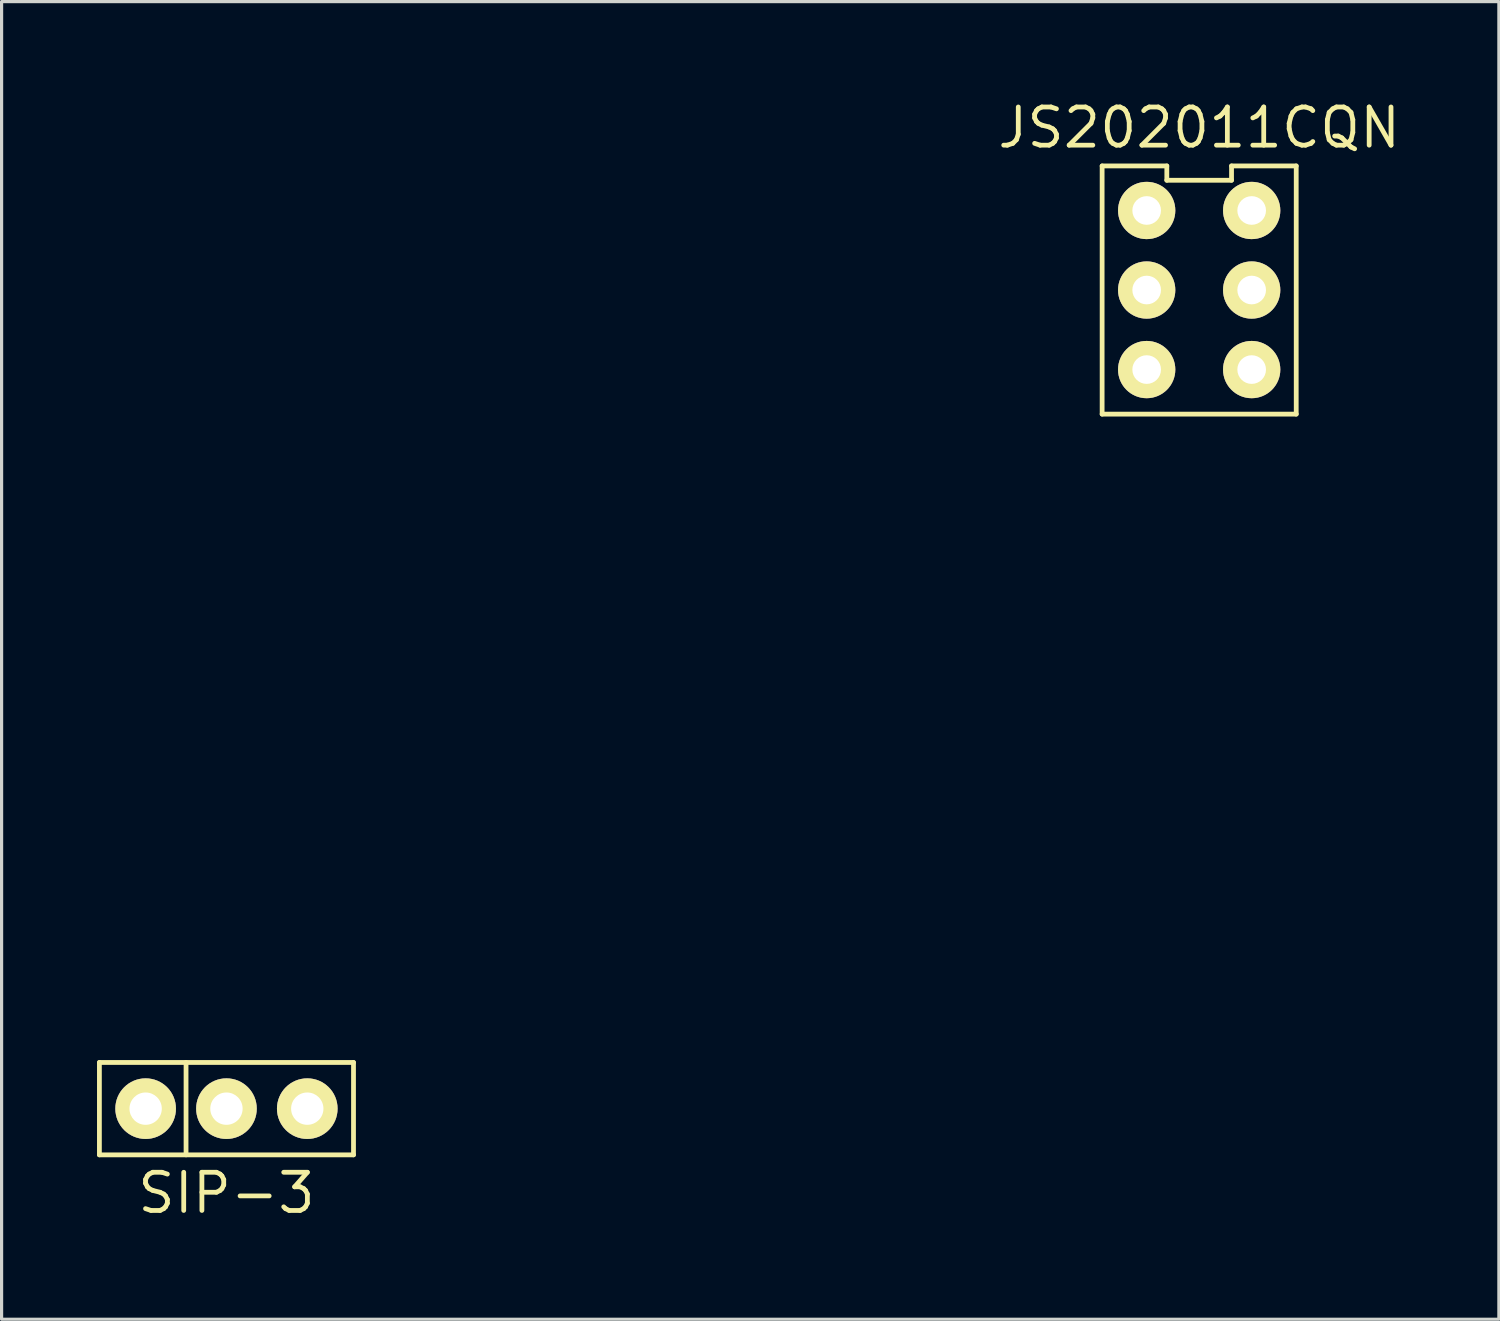
<source format=kicad_pcb>
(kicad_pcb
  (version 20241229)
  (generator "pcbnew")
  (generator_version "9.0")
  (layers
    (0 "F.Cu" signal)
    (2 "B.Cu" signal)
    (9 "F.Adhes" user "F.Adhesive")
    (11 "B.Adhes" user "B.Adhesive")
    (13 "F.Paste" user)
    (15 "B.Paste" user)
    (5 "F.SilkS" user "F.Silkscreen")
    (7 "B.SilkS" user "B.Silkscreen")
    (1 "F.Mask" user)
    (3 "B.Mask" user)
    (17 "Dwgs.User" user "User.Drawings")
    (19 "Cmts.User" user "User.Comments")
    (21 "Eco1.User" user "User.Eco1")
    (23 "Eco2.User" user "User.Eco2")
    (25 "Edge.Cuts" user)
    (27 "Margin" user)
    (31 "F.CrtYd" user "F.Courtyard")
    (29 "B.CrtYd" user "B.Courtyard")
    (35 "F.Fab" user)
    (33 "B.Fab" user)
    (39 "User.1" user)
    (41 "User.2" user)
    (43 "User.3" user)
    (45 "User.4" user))
  (footprint "JS202011CQN"
    (layer "F.Cu")
    (at 34.638 6.065)
    (property "Reference" "JS202011CQN" (at 0 -5.1 0) (layer "F.SilkS") (effects (font (size 1.2 1.2) (thickness 0.15))))
    (attr through_hole)
    (fp_line (start -3.05 3.9) (end 3.05 3.9) (stroke (width 0.15) (type solid)) (layer "F.SilkS"))
    (fp_line (start -3.05 -3.9) (end -3.05 3.9) (stroke (width 0.15) (type solid)) (layer "F.SilkS"))
    (fp_line (start -1.017 -3.9) (end -3.05 -3.9) (stroke (width 0.15) (type solid)) (layer "F.SilkS"))
    (fp_line (start -1.017 -3.45) (end -1.017 -3.9) (stroke (width 0.15) (type solid)) (layer "F.SilkS"))
    (fp_line (start 1.017 -3.9) (end 1.017 -3.45) (stroke (width 0.15) (type solid)) (layer "F.SilkS"))
    (fp_line (start 1.017 -3.45) (end -1.017 -3.45) (stroke (width 0.15) (type solid)) (layer "F.SilkS"))
    (fp_line (start 3.05 3.9) (end 3.05 -3.9) (stroke (width 0.15) (type solid)) (layer "F.SilkS"))
    (fp_line (start 3.05 -3.9) (end 1.017 -3.9) (stroke (width 0.15) (type solid)) (layer "F.SilkS"))
    (pad "1" thru_hole circle (at -1.65 -2.5 270) (size 1.8 1.8) (drill 0.9) (layers "*.Cu" "*.Mask" "F.SilkS"))
    (pad "2" thru_hole circle (at -1.65 0 270) (size 1.8 1.8) (drill 0.9) (layers "*.Cu" "*.Mask" "F.SilkS"))
    (pad "3" thru_hole circle (at -1.65 2.5 270) (size 1.8 1.8) (drill 0.9) (layers "*.Cu" "*.Mask" "F.SilkS"))
    (pad "4" thru_hole circle (at 1.65 2.5 270) (size 1.8 1.8) (drill 0.9) (layers "*.Cu" "*.Mask" "F.SilkS"))
    (pad "5" thru_hole circle (at 1.65 0 270) (size 1.8 1.8) (drill 0.9) (layers "*.Cu" "*.Mask" "F.SilkS"))
    (pad "6" thru_hole circle (at 1.65 -2.5 270) (size 1.8 1.8) (drill 0.9) (layers "*.Cu" "*.Mask" "F.SilkS")))
  (footprint "SIP-3"
    (layer "F.Cu")
    (at 4.067 31.793)
    (property "Reference" "SIP-3" (at 0 2.652 0) (layer "F.SilkS") (effects (font (size 1.2 1.2) (thickness 0.15))))
    (attr through_hole)
    (fp_line (start -3.993 -1.452) (end 3.993 -1.452) (stroke (width 0.15) (type solid)) (layer "F.SilkS"))
    (fp_line (start -3.993 1.452) (end -3.993 -1.452) (stroke (width 0.15) (type solid)) (layer "F.SilkS"))
    (fp_line (start -1.27 -1.452) (end -1.27 1.452) (stroke (width 0.15) (type solid)) (layer "F.SilkS"))
    (fp_line (start 3.993 -1.452) (end 3.993 1.452) (stroke (width 0.15) (type solid)) (layer "F.SilkS"))
    (fp_line (start 3.993 1.452) (end -3.993 1.452) (stroke (width 0.15) (type solid)) (layer "F.SilkS"))
    (pad "1" thru_hole circle (at -2.54 0) (size 1.905 1.905) (drill 1.016) (layers "*.Cu" "*.Mask" "F.SilkS"))
    (pad "2" thru_hole circle (at 0 0) (size 1.905 1.905) (drill 1.016) (layers "*.Cu" "*.Mask" "F.SilkS"))
    (pad "3" thru_hole circle (at 2.54 0) (size 1.905 1.905) (drill 1.016) (layers "*.Cu" "*.Mask" "F.SilkS")))
  (footprint "GOAT_F_MASK"
    (layer "F.Cu")
    (at 12.55 13.544)
    (property "Reference" "GOAT_F_MASK" (at 0 0 0) (layer "F.Mask") (effects (font (size 1.524 1.524) (thickness 0.3))))
    (attr through_hole)
    (fp_poly (pts (xy -11.415 -13.502) (xy -11.136 -13.327) (xy -10.776 -12.988) (xy -10.574 -12.775) (xy -10.086 -12.337) (xy -9.508 -11.947) (xy -8.909 -11.643) (xy -8.358 -11.461) (xy -8.003 -11.426) (xy -7.691 -11.44) (xy -7.201 -11.454) (xy -6.605 -11.466) (xy -6.138 -11.473) (xy -5.518 -11.477) (xy -5.094 -11.466) (xy -4.805 -11.429) (xy -4.592 -11.353) (xy -4.396 -11.226) (xy -4.23 -11.096) (xy -3.929 -10.867) (xy -3.734 -10.783) (xy -3.561 -10.822) (xy -3.427 -10.9) (xy -3.119 -11.12) (xy -2.777 -11.404) (xy -2.731 -11.446) (xy -2.219 -11.82) (xy -1.738 -11.987) (xy -1.365 -11.949) (xy -0.922 -11.658) (xy -0.65 -11.208) (xy -0.554 -10.634) (xy -0.638 -9.97) (xy -0.907 -9.248) (xy -0.988 -9.09) (xy -1.201 -8.682) (xy -1.3 -8.429) (xy -1.297 -8.266) (xy -1.208 -8.129) (xy -1.197 -8.118) (xy -0.938 -7.915) (xy -0.594 -7.736) (xy -0.594 -7.736) (xy -0.229 -7.543) (xy 0.158 -7.273) (xy 0.227 -7.216) (xy 0.508 -6.996) (xy 0.716 -6.87) (xy 0.758 -6.858) (xy 0.872 -6.751) (xy 1.006 -6.487) (xy 1.029 -6.424) (xy 1.277 -6.006) (xy 1.656 -5.779) (xy 2.182 -5.74) (xy 2.871 -5.884) (xy 2.985 -5.92) (xy 3.478 -6.088) (xy 3.784 -6.228) (xy 3.956 -6.383) (xy 4.049 -6.597) (xy 4.098 -6.807) (xy 4.241 -7.421) (xy 4.437 -8.086) (xy 4.711 -8.891) (xy 4.72 -8.914) (xy 4.901 -9.354) (xy 5.083 -9.611) (xy 5.314 -9.752) (xy 5.35 -9.766) (xy 5.66 -9.838) (xy 5.943 -9.799) (xy 6.269 -9.624) (xy 6.681 -9.312) (xy 7.002 -9.073) (xy 7.258 -8.92) (xy 7.349 -8.89) (xy 7.507 -8.772) (xy 7.68 -8.446) (xy 7.85 -7.957) (xy 7.981 -7.429) (xy 8.026 -7.079) (xy 8.061 -6.537) (xy 8.084 -5.866) (xy 8.091 -5.126) (xy 8.089 -4.763) (xy 8.081 -3.994) (xy 8.084 -3.434) (xy 8.102 -3.036) (xy 8.14 -2.752) (xy 8.204 -2.538) (xy 8.297 -2.347) (xy 8.359 -2.242) (xy 8.54 -1.858) (xy 8.717 -1.342) (xy 8.841 -0.862) (xy 9.056 -0.05) (xy 9.321 0.584) (xy 9.621 1.011) (xy 9.811 1.155) (xy 10.169 1.417) (xy 10.47 1.769) (xy 10.644 2.123) (xy 10.663 2.245) (xy 10.761 2.488) (xy 11.02 2.832) (xy 11.324 3.148) (xy 11.668 3.488) (xy 11.867 3.743) (xy 11.963 3.996) (xy 11.999 4.332) (xy 12.005 4.488) (xy 12.048 4.922) (xy 12.133 5.272) (xy 12.201 5.409) (xy 12.286 5.611) (xy 12.343 5.998) (xy 12.376 6.596) (xy 12.387 7.158) (xy 12.408 7.861) (xy 12.453 8.497) (xy 12.516 8.998) (xy 12.569 9.233) (xy 12.664 9.596) (xy 12.654 9.839) (xy 12.534 10.078) (xy 12.523 10.094) (xy 12.371 10.506) (xy 12.391 10.858) (xy 12.406 11.308) (xy 12.332 11.871) (xy 12.193 12.433) (xy 12.011 12.877) (xy 11.985 12.921) (xy 11.748 13.163) (xy 11.378 13.415) (xy 10.976 13.619) (xy 10.643 13.714) (xy 10.61 13.716) (xy 10.41 13.636) (xy 10.111 13.43) (xy 9.913 13.262) (xy 9.639 12.975) (xy 9.425 12.638) (xy 9.257 12.215) (xy 9.127 11.666) (xy 9.022 10.953) (xy 8.931 10.035) (xy 8.905 9.716) (xy 8.818 8.744) (xy 8.721 7.998) (xy 8.609 7.451) (xy 8.472 7.074) (xy 8.303 6.84) (xy 8.095 6.72) (xy 8.07 6.712) (xy 7.71 6.558) (xy 7.47 6.393) (xy 7.166 6.228) (xy 6.8 6.153) (xy 6.548 6.155) (xy 6.424 6.23) (xy 6.383 6.441) (xy 6.379 6.749) (xy 6.417 7.181) (xy 6.518 7.464) (xy 6.555 7.505) (xy 6.718 7.787) (xy 6.706 8.147) (xy 6.531 8.495) (xy 6.398 8.625) (xy 6.153 8.904) (xy 6.133 9.143) (xy 6.144 9.478) (xy 6.07 9.942) (xy 5.936 10.434) (xy 5.77 10.855) (xy 5.635 11.067) (xy 5.372 11.285) (xy 4.997 11.515) (xy 4.858 11.585) (xy 4.237 11.767) (xy 3.685 11.712) (xy 3.225 11.432) (xy 2.878 10.94) (xy 2.69 10.371) (xy 2.529 9.583) (xy 2.424 8.994) (xy 2.372 8.559) (xy 2.369 8.231) (xy 2.41 7.962) (xy 2.465 7.778) (xy 2.576 7.376) (xy 2.677 6.86) (xy 2.724 6.529) (xy 2.761 6.003) (xy 2.699 5.69) (xy 2.504 5.56) (xy 2.142 5.579) (xy 1.795 5.659) (xy 1.313 5.757) (xy 0.97 5.731) (xy 0.672 5.557) (xy 0.395 5.287) (xy 0.152 5.075) (xy -0.046 5.049) (xy -0.151 5.093) (xy -0.286 5.146) (xy -0.434 5.14) (xy -0.64 5.054) (xy -0.948 4.867) (xy -1.4 4.56) (xy -1.628 4.401) (xy -1.951 4.208) (xy -2.201 4.117) (xy -2.279 4.123) (xy -2.376 4.302) (xy -2.41 4.595) (xy -2.378 4.876) (xy -2.301 5.007) (xy -2.136 5.241) (xy -2.149 5.574) (xy -2.338 5.931) (xy -2.357 5.955) (xy -2.538 6.203) (xy -2.603 6.362) (xy -2.596 6.378) (xy -2.565 6.566) (xy -2.695 6.827) (xy -2.939 7.093) (xy -3.246 7.295) (xy -3.264 7.303) (xy -3.703 7.496) (xy -4.184 7.709) (xy -4.284 7.754) (xy -4.877 7.928) (xy -5.224 7.915) (xy -5.579 7.902) (xy -5.766 8.024) (xy -6.139 8.332) (xy -6.647 8.491) (xy -7.215 8.495) (xy -7.769 8.339) (xy -8.008 8.205) (xy -8.372 7.898) (xy -8.721 7.512) (xy -8.797 7.409) (xy -8.991 7.103) (xy -9.074 6.853) (xy -9.065 6.547) (xy -9.012 6.221) (xy -8.938 5.708) (xy -8.876 5.094) (xy -8.846 4.636) (xy -8.808 4.046) (xy -8.753 3.433) (xy -8.705 3.036) (xy -8.66 2.575) (xy -8.693 2.263) (xy -8.814 2.006) (xy -8.822 1.993) (xy -8.99 1.555) (xy -9.056 0.968) (xy -9.022 0.315) (xy -8.893 -0.322) (xy -8.711 -0.787) (xy -8.504 -1.287) (xy -8.392 -1.77) (xy -8.382 -1.917) (xy -8.401 -2.24) (xy -8.487 -2.382) (xy -8.682 -2.413) (xy -9.102 -2.534) (xy -9.486 -2.87) (xy -9.792 -3.385) (xy -9.832 -3.484) (xy -9.956 -3.87) (xy -9.987 -4.209) (xy -9.933 -4.627) (xy -9.903 -4.777) (xy -9.82 -5.607) (xy -9.883 -6.472) (xy -10.084 -7.251) (xy -10.115 -7.328) (xy -10.234 -7.751) (xy -10.27 -8.17) (xy -10.268 -8.199) (xy -10.27 -8.414) (xy -10.34 -8.616) (xy -10.511 -8.854) (xy -10.814 -9.177) (xy -11.129 -9.485) (xy -11.58 -9.939) (xy -11.886 -10.305) (xy -12.097 -10.656) (xy -12.264 -11.066) (xy -12.299 -11.169) (xy -12.511 -11.976) (xy -12.545 -12.609) (xy -12.4 -13.079) (xy -12.074 -13.395) (xy -11.933 -13.464) (xy -11.664 -13.539) (xy -11.415 -13.502)) (stroke (width 0.01) (type solid)) (fill yes) (layer "F.Mask")))
  (gr_rect
    (start -3 -3)
    (end 44.057 38.411)
    (stroke (width 0.1) (type default))
    (fill no)
    (layer "Edge.Cuts")))
</source>
